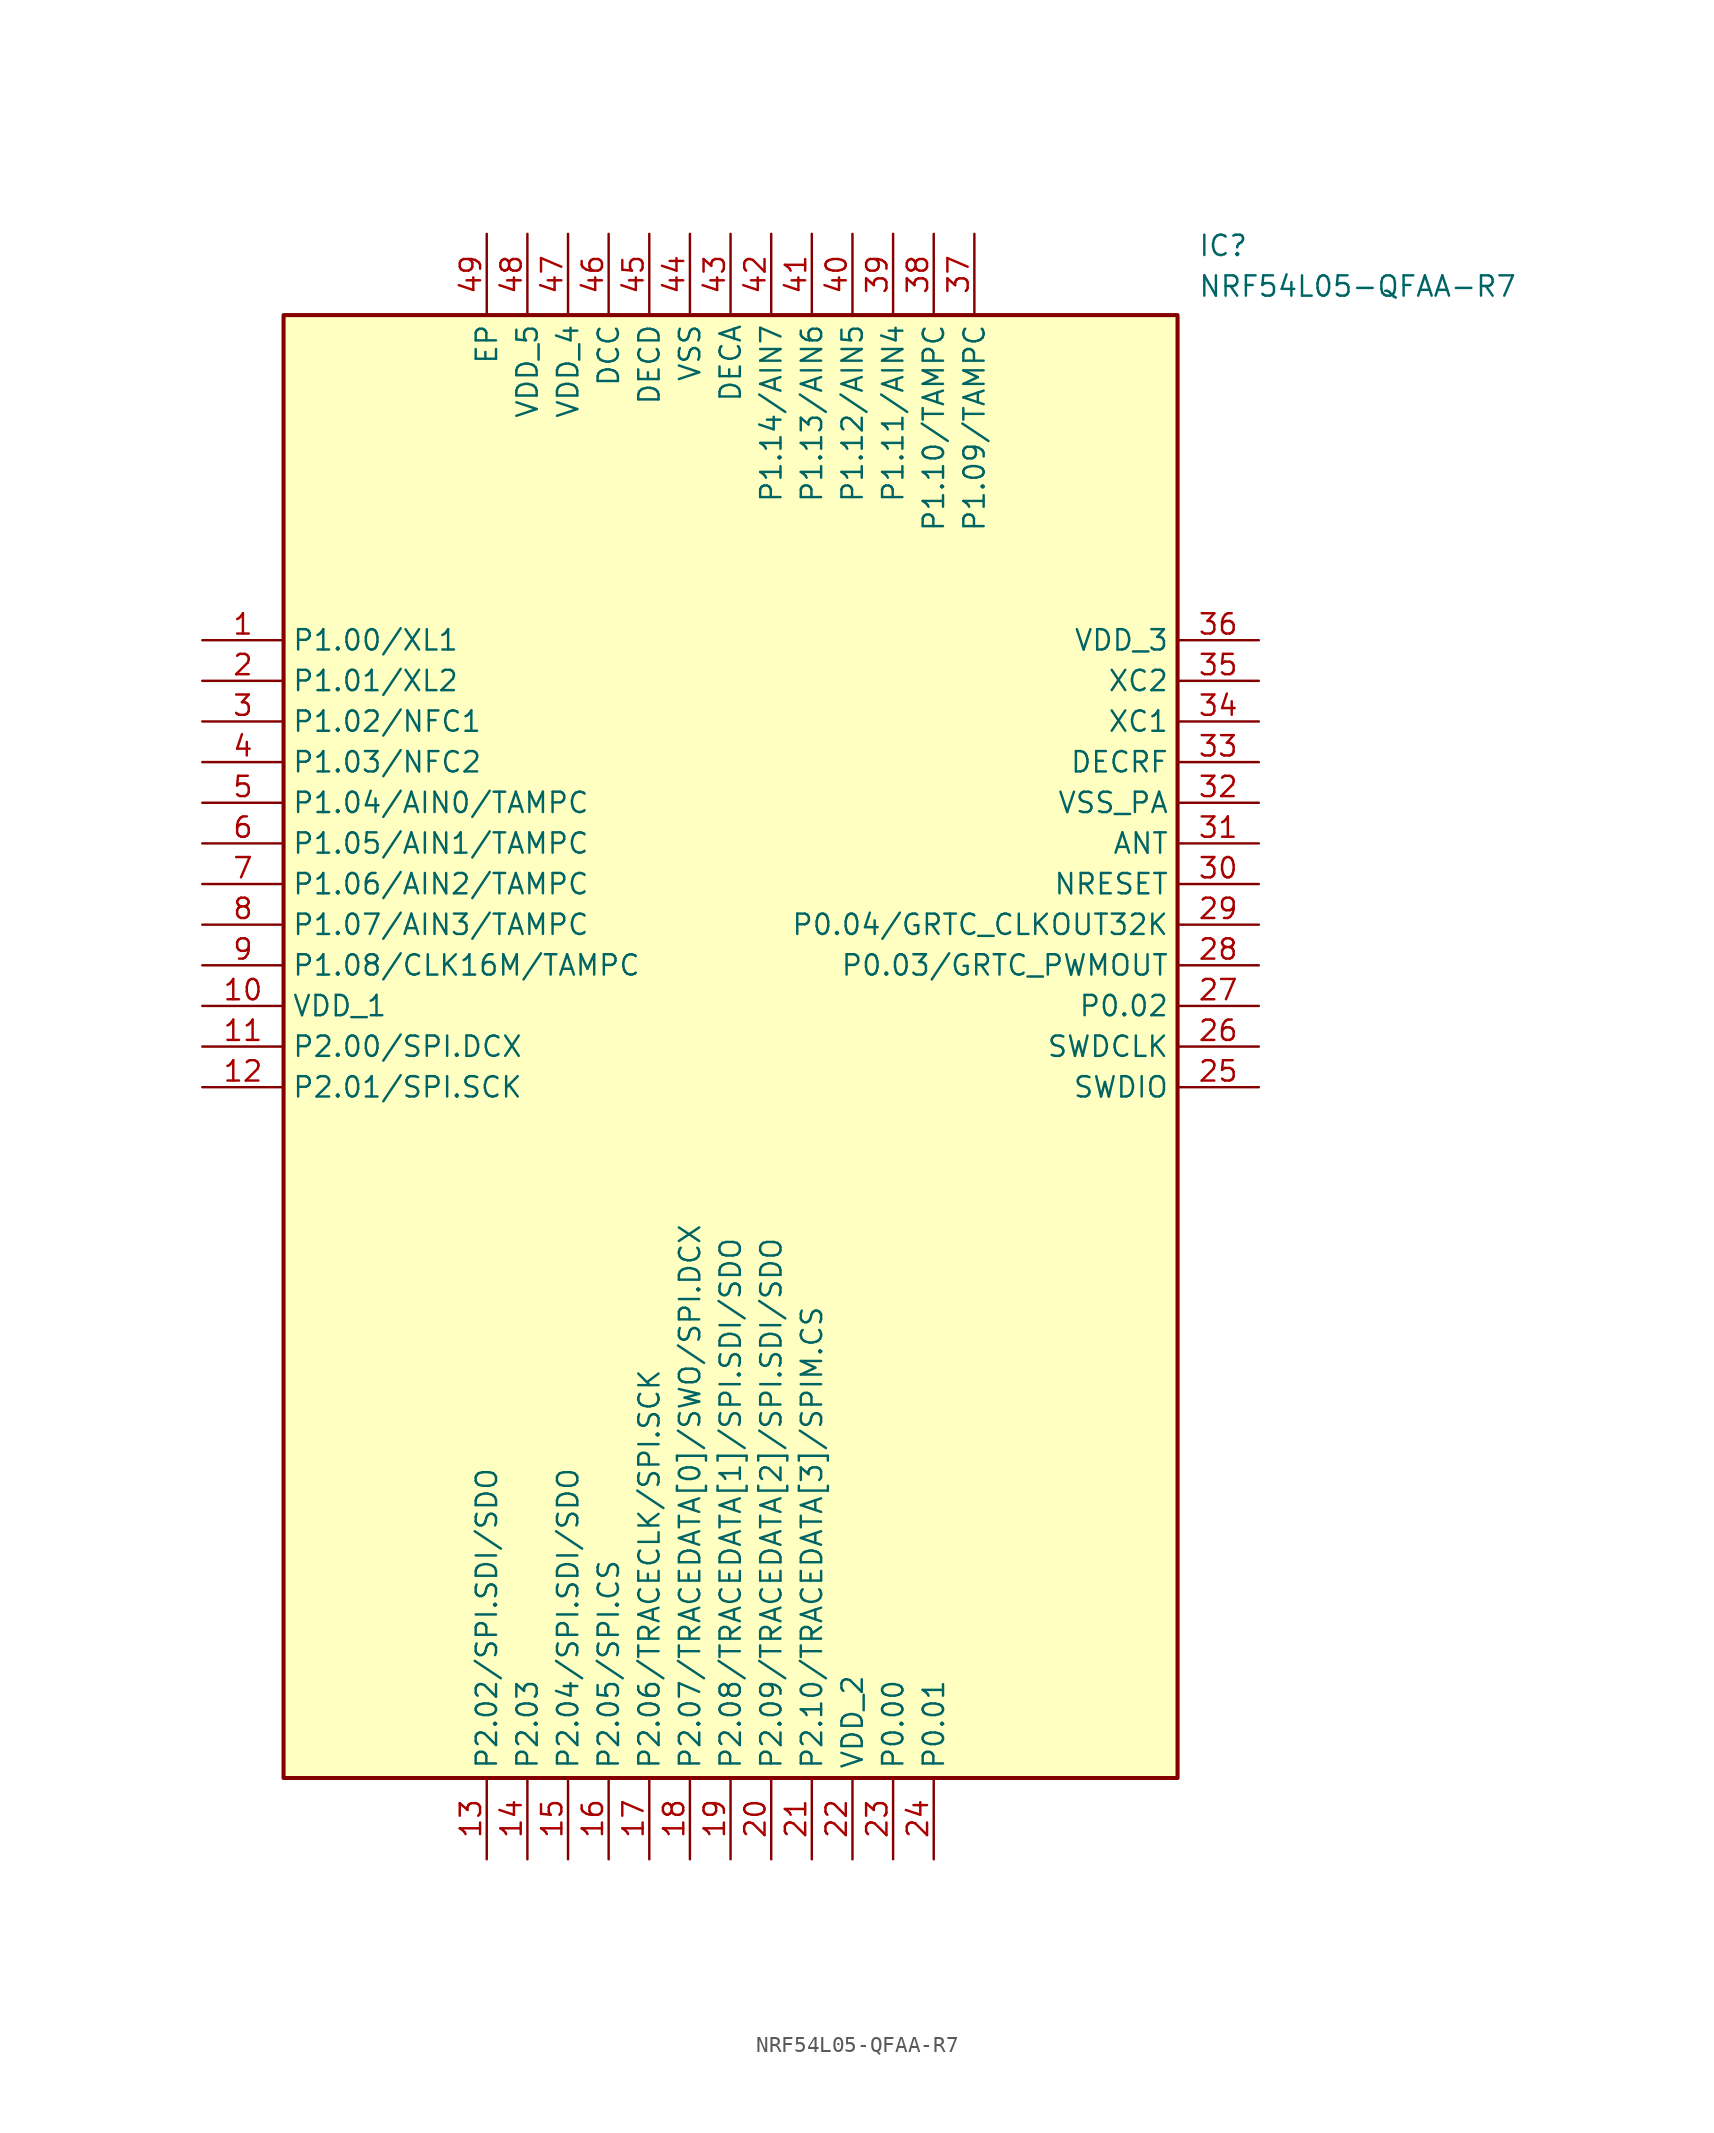
<source format=kicad_sym>
(kicad_symbol_lib
  (version 20211014)
  (generator SamacSys_ECAD_Model)
  (symbol "NRF54L05-QFAA-R7"
    (property "Reference" "IC"
      (at 62.23 25.4 0)
      (effects (font (size 1.27 1.27)) (justify left top)))
    (property "Value" "NRF54L05-QFAA-R7"
      (at 62.23 22.86 0)
      (effects (font (size 1.27 1.27)) (justify left top)))
    (rectangle
      (start 5.08 20.32)
      (end 60.96 -71.12)
      (stroke (width 0.254) (type default))
      (fill (type background)))
    (pin passive line
      (at 0 0 0)
      (length 5.08)
      (name "P1.00/XL1" (effects (font (size 1.27 1.27))))
      (number "1" (effects (font (size 1.27 1.27)))))
    (pin passive line
      (at 0 -2.54 0)
      (length 5.08)
      (name "P1.01/XL2" (effects (font (size 1.27 1.27))))
      (number "2" (effects (font (size 1.27 1.27)))))
    (pin passive line
      (at 0 -5.08 0)
      (length 5.08)
      (name "P1.02/NFC1" (effects (font (size 1.27 1.27))))
      (number "3" (effects (font (size 1.27 1.27)))))
    (pin passive line
      (at 0 -7.62 0)
      (length 5.08)
      (name "P1.03/NFC2" (effects (font (size 1.27 1.27))))
      (number "4" (effects (font (size 1.27 1.27)))))
    (pin passive line
      (at 0 -10.16 0)
      (length 5.08)
      (name "P1.04/AIN0/TAMPC" (effects (font (size 1.27 1.27))))
      (number "5" (effects (font (size 1.27 1.27)))))
    (pin passive line
      (at 0 -12.7 0)
      (length 5.08)
      (name "P1.05/AIN1/TAMPC" (effects (font (size 1.27 1.27))))
      (number "6" (effects (font (size 1.27 1.27)))))
    (pin passive line
      (at 0 -15.24 0)
      (length 5.08)
      (name "P1.06/AIN2/TAMPC" (effects (font (size 1.27 1.27))))
      (number "7" (effects (font (size 1.27 1.27)))))
    (pin passive line
      (at 0 -17.78 0)
      (length 5.08)
      (name "P1.07/AIN3/TAMPC" (effects (font (size 1.27 1.27))))
      (number "8" (effects (font (size 1.27 1.27)))))
    (pin passive line
      (at 0 -20.32 0)
      (length 5.08)
      (name "P1.08/CLK16M/TAMPC" (effects (font (size 1.27 1.27))))
      (number "9" (effects (font (size 1.27 1.27)))))
    (pin passive line
      (at 0 -22.86 0)
      (length 5.08)
      (name "VDD_1" (effects (font (size 1.27 1.27))))
      (number "10" (effects (font (size 1.27 1.27)))))
    (pin passive line
      (at 0 -25.4 0)
      (length 5.08)
      (name "P2.00/SPI.DCX" (effects (font (size 1.27 1.27))))
      (number "11" (effects (font (size 1.27 1.27)))))
    (pin passive line
      (at 0 -27.94 0)
      (length 5.08)
      (name "P2.01/SPI.SCK" (effects (font (size 1.27 1.27))))
      (number "12" (effects (font (size 1.27 1.27)))))
    (pin passive line
      (at 17.78 -76.2 90)
      (length 5.08)
      (name "P2.02/SPI.SDI/SDO" (effects (font (size 1.27 1.27))))
      (number "13" (effects (font (size 1.27 1.27)))))
    (pin passive line
      (at 20.32 -76.2 90)
      (length 5.08)
      (name "P2.03" (effects (font (size 1.27 1.27))))
      (number "14" (effects (font (size 1.27 1.27)))))
    (pin passive line
      (at 22.86 -76.2 90)
      (length 5.08)
      (name "P2.04/SPI.SDI/SDO" (effects (font (size 1.27 1.27))))
      (number "15" (effects (font (size 1.27 1.27)))))
    (pin passive line
      (at 25.4 -76.2 90)
      (length 5.08)
      (name "P2.05/SPI.CS" (effects (font (size 1.27 1.27))))
      (number "16" (effects (font (size 1.27 1.27)))))
    (pin passive line
      (at 27.94 -76.2 90)
      (length 5.08)
      (name "P2.06/TRACECLK/SPI.SCK" (effects (font (size 1.27 1.27))))
      (number "17" (effects (font (size 1.27 1.27)))))
    (pin passive line
      (at 30.48 -76.2 90)
      (length 5.08)
      (name "P2.07/TRACEDATA[0]/SWO/SPI.DCX" (effects (font (size 1.27 1.27))))
      (number "18" (effects (font (size 1.27 1.27)))))
    (pin passive line
      (at 33.02 -76.2 90)
      (length 5.08)
      (name "P2.08/TRACEDATA[1]/SPI.SDI/SDO" (effects (font (size 1.27 1.27))))
      (number "19" (effects (font (size 1.27 1.27)))))
    (pin passive line
      (at 35.56 -76.2 90)
      (length 5.08)
      (name "P2.09/TRACEDATA[2]/SPI.SDI/SDO" (effects (font (size 1.27 1.27))))
      (number "20" (effects (font (size 1.27 1.27)))))
    (pin passive line
      (at 38.1 -76.2 90)
      (length 5.08)
      (name "P2.10/TRACEDATA[3]/SPIM.CS" (effects (font (size 1.27 1.27))))
      (number "21" (effects (font (size 1.27 1.27)))))
    (pin passive line
      (at 40.64 -76.2 90)
      (length 5.08)
      (name "VDD_2" (effects (font (size 1.27 1.27))))
      (number "22" (effects (font (size 1.27 1.27)))))
    (pin passive line
      (at 43.18 -76.2 90)
      (length 5.08)
      (name "P0.00" (effects (font (size 1.27 1.27))))
      (number "23" (effects (font (size 1.27 1.27)))))
    (pin passive line
      (at 45.72 -76.2 90)
      (length 5.08)
      (name "P0.01" (effects (font (size 1.27 1.27))))
      (number "24" (effects (font (size 1.27 1.27)))))
    (pin passive line
      (at 66.04 0 180)
      (length 5.08)
      (name "VDD_3" (effects (font (size 1.27 1.27))))
      (number "36" (effects (font (size 1.27 1.27)))))
    (pin passive line
      (at 66.04 -2.54 180)
      (length 5.08)
      (name "XC2" (effects (font (size 1.27 1.27))))
      (number "35" (effects (font (size 1.27 1.27)))))
    (pin passive line
      (at 66.04 -5.08 180)
      (length 5.08)
      (name "XC1" (effects (font (size 1.27 1.27))))
      (number "34" (effects (font (size 1.27 1.27)))))
    (pin passive line
      (at 66.04 -7.62 180)
      (length 5.08)
      (name "DECRF" (effects (font (size 1.27 1.27))))
      (number "33" (effects (font (size 1.27 1.27)))))
    (pin passive line
      (at 66.04 -10.16 180)
      (length 5.08)
      (name "VSS_PA" (effects (font (size 1.27 1.27))))
      (number "32" (effects (font (size 1.27 1.27)))))
    (pin passive line
      (at 66.04 -12.7 180)
      (length 5.08)
      (name "ANT" (effects (font (size 1.27 1.27))))
      (number "31" (effects (font (size 1.27 1.27)))))
    (pin passive line
      (at 66.04 -15.24 180)
      (length 5.08)
      (name "NRESET" (effects (font (size 1.27 1.27))))
      (number "30" (effects (font (size 1.27 1.27)))))
    (pin passive line
      (at 66.04 -17.78 180)
      (length 5.08)
      (name "P0.04/GRTC_CLKOUT32K" (effects (font (size 1.27 1.27))))
      (number "29" (effects (font (size 1.27 1.27)))))
    (pin passive line
      (at 66.04 -20.32 180)
      (length 5.08)
      (name "P0.03/GRTC_PWMOUT" (effects (font (size 1.27 1.27))))
      (number "28" (effects (font (size 1.27 1.27)))))
    (pin passive line
      (at 66.04 -22.86 180)
      (length 5.08)
      (name "P0.02" (effects (font (size 1.27 1.27))))
      (number "27" (effects (font (size 1.27 1.27)))))
    (pin passive line
      (at 66.04 -25.4 180)
      (length 5.08)
      (name "SWDCLK" (effects (font (size 1.27 1.27))))
      (number "26" (effects (font (size 1.27 1.27)))))
    (pin passive line
      (at 66.04 -27.94 180)
      (length 5.08)
      (name "SWDIO" (effects (font (size 1.27 1.27))))
      (number "25" (effects (font (size 1.27 1.27)))))
    (pin passive line
      (at 17.78 25.4 270)
      (length 5.08)
      (name "EP" (effects (font (size 1.27 1.27))))
      (number "49" (effects (font (size 1.27 1.27)))))
    (pin passive line
      (at 20.32 25.4 270)
      (length 5.08)
      (name "VDD_5" (effects (font (size 1.27 1.27))))
      (number "48" (effects (font (size 1.27 1.27)))))
    (pin passive line
      (at 22.86 25.4 270)
      (length 5.08)
      (name "VDD_4" (effects (font (size 1.27 1.27))))
      (number "47" (effects (font (size 1.27 1.27)))))
    (pin passive line
      (at 25.4 25.4 270)
      (length 5.08)
      (name "DCC" (effects (font (size 1.27 1.27))))
      (number "46" (effects (font (size 1.27 1.27)))))
    (pin passive line
      (at 27.94 25.4 270)
      (length 5.08)
      (name "DECD" (effects (font (size 1.27 1.27))))
      (number "45" (effects (font (size 1.27 1.27)))))
    (pin passive line
      (at 30.48 25.4 270)
      (length 5.08)
      (name "VSS" (effects (font (size 1.27 1.27))))
      (number "44" (effects (font (size 1.27 1.27)))))
    (pin passive line
      (at 33.02 25.4 270)
      (length 5.08)
      (name "DECA" (effects (font (size 1.27 1.27))))
      (number "43" (effects (font (size 1.27 1.27)))))
    (pin passive line
      (at 35.56 25.4 270)
      (length 5.08)
      (name "P1.14/AIN7" (effects (font (size 1.27 1.27))))
      (number "42" (effects (font (size 1.27 1.27)))))
    (pin passive line
      (at 38.1 25.4 270)
      (length 5.08)
      (name "P1.13/AIN6" (effects (font (size 1.27 1.27))))
      (number "41" (effects (font (size 1.27 1.27)))))
    (pin passive line
      (at 40.64 25.4 270)
      (length 5.08)
      (name "P1.12/AIN5" (effects (font (size 1.27 1.27))))
      (number "40" (effects (font (size 1.27 1.27)))))
    (pin passive line
      (at 43.18 25.4 270)
      (length 5.08)
      (name "P1.11/AIN4" (effects (font (size 1.27 1.27))))
      (number "39" (effects (font (size 1.27 1.27)))))
    (pin passive line
      (at 45.72 25.4 270)
      (length 5.08)
      (name "P1.10/TAMPC" (effects (font (size 1.27 1.27))))
      (number "38" (effects (font (size 1.27 1.27)))))
    (pin passive line
      (at 48.26 25.4 270)
      (length 5.08)
      (name "P1.09/TAMPC" (effects (font (size 1.27 1.27))))
      (number "37" (effects (font (size 1.27 1.27)))))))
</source>
